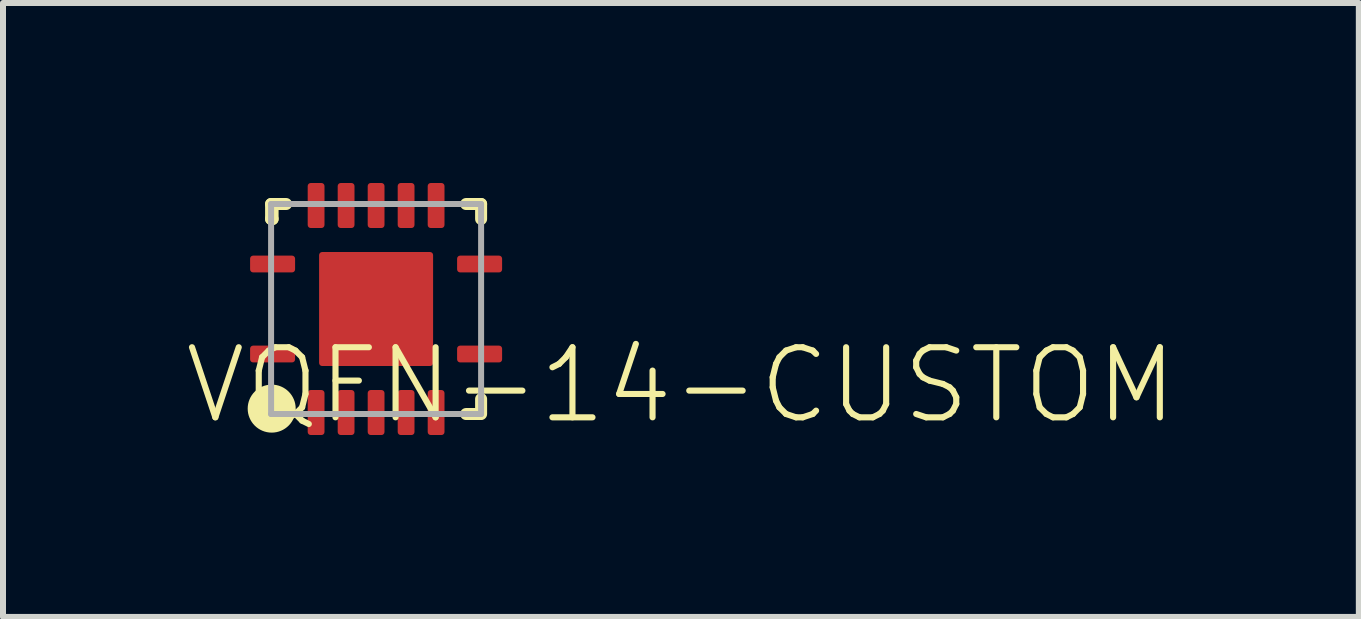
<source format=kicad_pcb>
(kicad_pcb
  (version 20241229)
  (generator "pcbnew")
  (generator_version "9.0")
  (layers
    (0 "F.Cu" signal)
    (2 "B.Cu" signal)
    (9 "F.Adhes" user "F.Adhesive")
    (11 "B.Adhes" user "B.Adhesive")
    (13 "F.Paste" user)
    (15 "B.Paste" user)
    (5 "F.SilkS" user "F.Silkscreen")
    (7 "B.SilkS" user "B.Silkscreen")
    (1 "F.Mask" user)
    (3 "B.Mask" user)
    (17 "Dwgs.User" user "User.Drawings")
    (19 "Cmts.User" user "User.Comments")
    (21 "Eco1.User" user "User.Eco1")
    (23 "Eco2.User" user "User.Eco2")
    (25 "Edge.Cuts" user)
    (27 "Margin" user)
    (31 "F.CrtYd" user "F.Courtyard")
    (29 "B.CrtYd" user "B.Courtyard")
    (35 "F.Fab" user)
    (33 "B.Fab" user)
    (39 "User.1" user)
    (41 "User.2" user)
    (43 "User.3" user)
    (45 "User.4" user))
  (footprint "VQFN-14-CUSTOM"
    (layer "F.Cu")
    (at 3.218 2.1)
    (property "Reference" "VQFN-14-CUSTOM" (at 5.08 1.27 0) (layer "F.SilkS") (effects (font (size 1.168 1.168) (thickness 0.102))))
    (fp_line (start -1.75 -1.75) (end -1.725 -1.75) (stroke (width 0.2) (type solid)) (layer "F.SilkS"))
    (fp_line (start -1.75 -1.5) (end -1.75 -1.75) (stroke (width 0.2) (type solid)) (layer "F.SilkS"))
    (fp_line (start -1.75 1.725) (end -1.5 1.725) (stroke (width 0.2) (type solid)) (layer "F.SilkS"))
    (fp_line (start -1.75 1.75) (end -1.75 1.725) (stroke (width 0.2) (type solid)) (layer "F.SilkS"))
    (fp_line (start -1.725 -1.75) (end -1.725 -1.5) (stroke (width 0.2) (type solid)) (layer "F.SilkS"))
    (fp_line (start -1.725 -1.75) (end -1.5 -1.75) (stroke (width 0.2) (type solid)) (layer "F.SilkS"))
    (fp_line (start -1.725 -1.5) (end -1.75 -1.5) (stroke (width 0.2) (type solid)) (layer "F.SilkS"))
    (fp_line (start -1.5 1.725) (end -1.5 1.75) (stroke (width 0.2) (type solid)) (layer "F.SilkS"))
    (fp_line (start 1.725 1.75) (end 1.5 1.75) (stroke (width 0.2) (type solid)) (layer "F.SilkS"))
    (fp_line (start 1.75 -1.75) (end 1.5 -1.75) (stroke (width 0.2) (type solid)) (layer "F.SilkS"))
    (fp_line (start 1.75 -1.5) (end 1.75 -1.75) (stroke (width 0.2) (type solid)) (layer "F.SilkS"))
    (fp_line (start 1.75 1.5) (end 1.75 1.75) (stroke (width 0.2) (type solid)) (layer "F.SilkS"))
    (fp_circle (center -1.74 1.66) (end -1.54 1.66) (stroke (width 0.4) (type solid)) (fill yes) (layer "F.SilkS"))
    (fp_line (start -1.75 -1.75) (end -1.75 1.75) (stroke (width 0.1) (type solid)) (layer "F.Fab"))
    (fp_line (start -1.75 1.75) (end 1.75 1.75) (stroke (width 0.1) (type solid)) (layer "F.Fab"))
    (fp_line (start 1.75 -1.75) (end -1.75 -1.75) (stroke (width 0.1) (type solid)) (layer "F.Fab"))
    (fp_line (start 1.75 1.75) (end 1.75 -1.75) (stroke (width 0.1) (type solid)) (layer "F.Fab"))
    (pad "1" smd roundrect (at -1.725 0.75) (size 0.75 0.28) (layers "F.Cu" "F.Mask" "F.Paste") (roundrect_rratio 0.181))
    (pad "2" smd roundrect (at -1 1.725 90) (size 0.75 0.28) (layers "F.Cu" "F.Mask" "F.Paste") (roundrect_rratio 0.181))
    (pad "3" smd roundrect (at -0.5 1.725 90) (size 0.75 0.28) (layers "F.Cu" "F.Mask" "F.Paste") (roundrect_rratio 0.181))
    (pad "4" smd roundrect (at 0 1.725 90) (size 0.75 0.28) (layers "F.Cu" "F.Mask" "F.Paste") (roundrect_rratio 0.181))
    (pad "5" smd roundrect (at 0.5 1.725 90) (size 0.75 0.28) (layers "F.Cu" "F.Mask" "F.Paste") (roundrect_rratio 0.181))
    (pad "6" smd roundrect (at 1 1.725 90) (size 0.75 0.28) (layers "F.Cu" "F.Mask" "F.Paste") (roundrect_rratio 0.181))
    (pad "7" smd roundrect (at 1.725 0.75) (size 0.75 0.28) (layers "F.Cu" "F.Mask" "F.Paste") (roundrect_rratio 0.181))
    (pad "8" smd roundrect (at 1.725 -0.75) (size 0.75 0.28) (layers "F.Cu" "F.Mask" "F.Paste") (roundrect_rratio 0.181))
    (pad "9" smd roundrect (at 1 -1.725 90) (size 0.75 0.28) (layers "F.Cu" "F.Mask" "F.Paste") (roundrect_rratio 0.181))
    (pad "10" smd roundrect (at 0.5 -1.725 90) (size 0.75 0.28) (layers "F.Cu" "F.Mask" "F.Paste") (roundrect_rratio 0.181))
    (pad "11" smd roundrect (at 0 -1.725 90) (size 0.75 0.28) (layers "F.Cu" "F.Mask" "F.Paste") (roundrect_rratio 0.181))
    (pad "12" smd roundrect (at -0.5 -1.725 90) (size 0.75 0.28) (layers "F.Cu" "F.Mask" "F.Paste") (roundrect_rratio 0.181))
    (pad "13" smd roundrect (at -1 -1.725 90) (size 0.75 0.28) (layers "F.Cu" "F.Mask" "F.Paste") (roundrect_rratio 0.181))
    (pad "14" smd roundrect (at -1.725 -0.75) (size 0.75 0.28) (layers "F.Cu" "F.Mask" "F.Paste") (roundrect_rratio 0.181))
    (pad "15" smd roundrect (at 0 0) (size 1.9 1.9) (layers "F.Cu" "F.Mask" "F.Paste") (roundrect_rratio 0.027)))
  (gr_rect
    (start -3 -3)
    (end 19.596 7.232)
    (stroke (width 0.1) (type default))
    (fill no)
    (layer "Edge.Cuts")))
</source>
